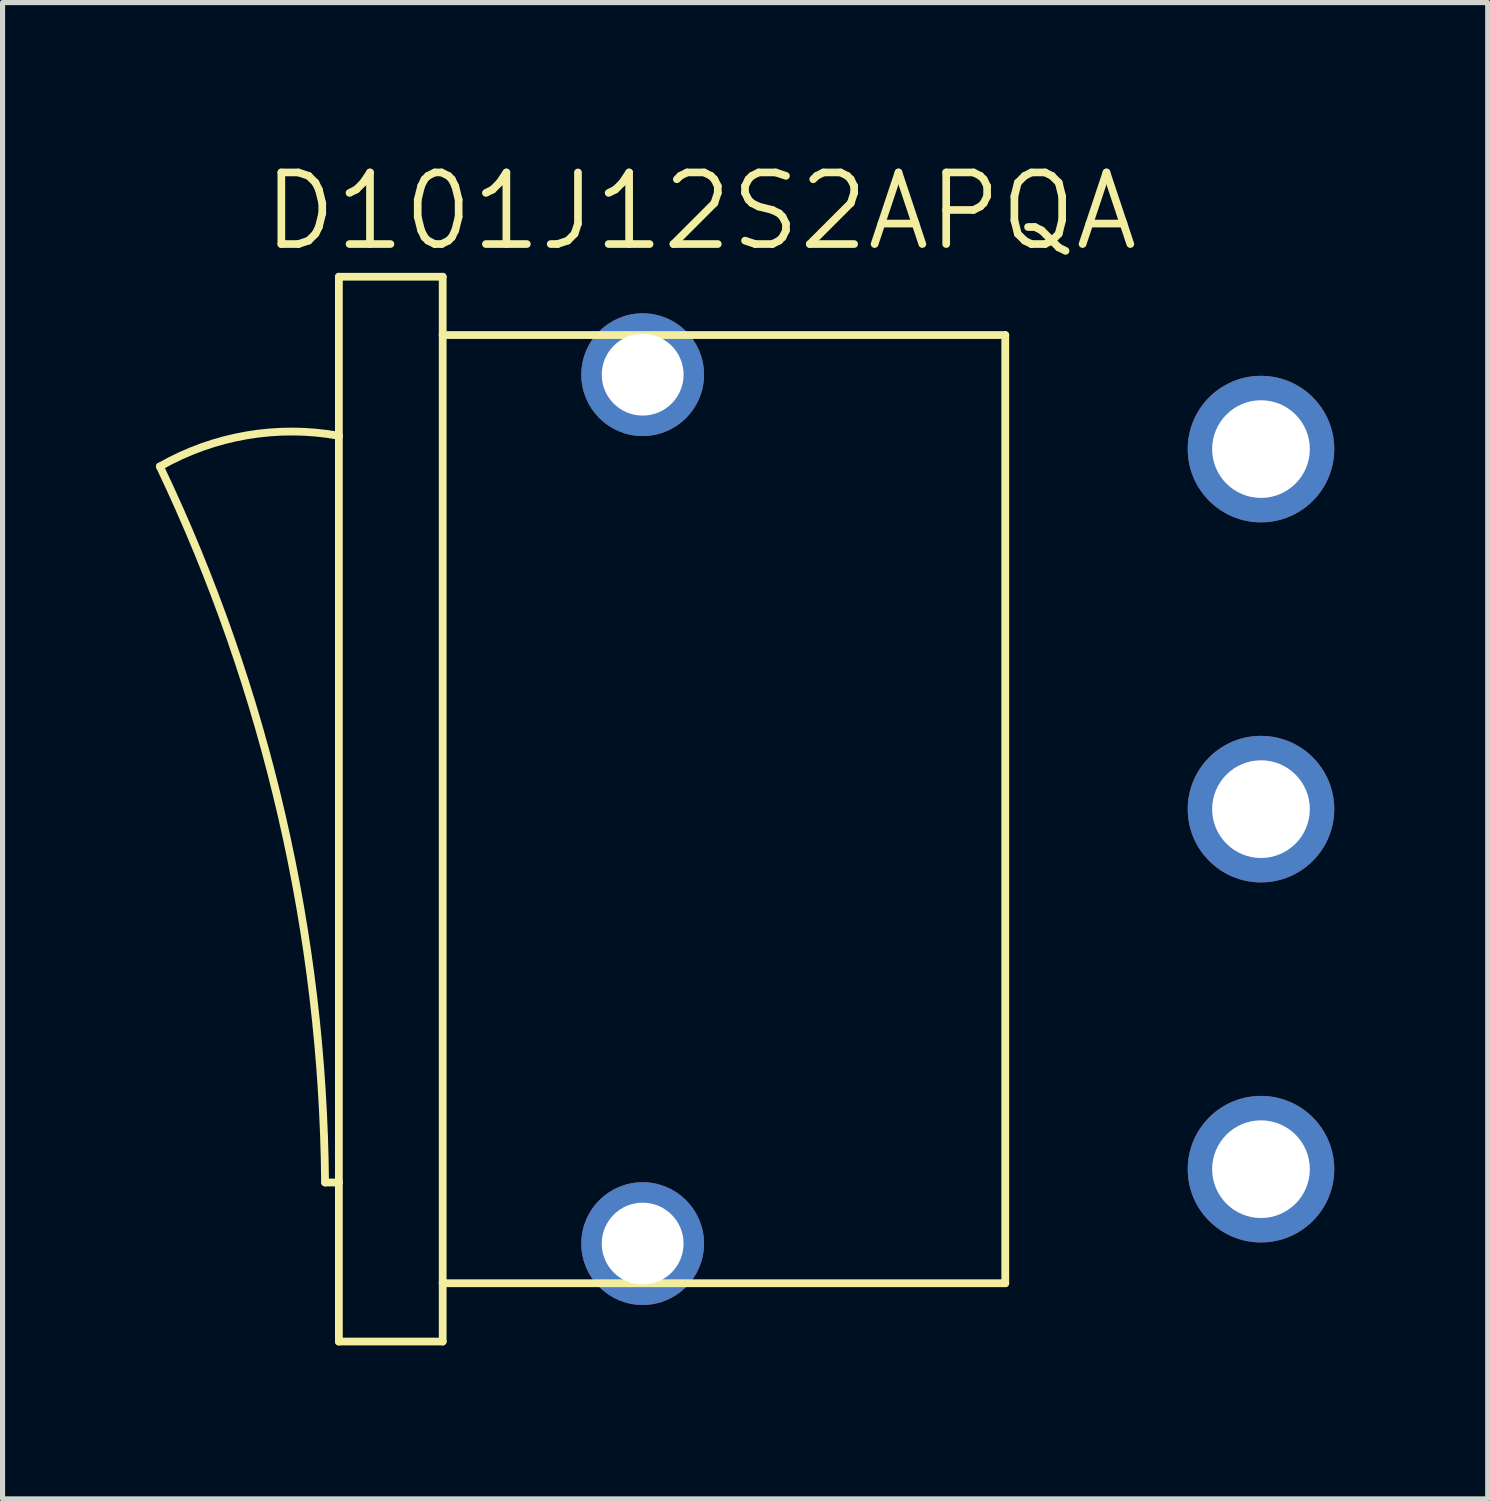
<source format=kicad_pcb>
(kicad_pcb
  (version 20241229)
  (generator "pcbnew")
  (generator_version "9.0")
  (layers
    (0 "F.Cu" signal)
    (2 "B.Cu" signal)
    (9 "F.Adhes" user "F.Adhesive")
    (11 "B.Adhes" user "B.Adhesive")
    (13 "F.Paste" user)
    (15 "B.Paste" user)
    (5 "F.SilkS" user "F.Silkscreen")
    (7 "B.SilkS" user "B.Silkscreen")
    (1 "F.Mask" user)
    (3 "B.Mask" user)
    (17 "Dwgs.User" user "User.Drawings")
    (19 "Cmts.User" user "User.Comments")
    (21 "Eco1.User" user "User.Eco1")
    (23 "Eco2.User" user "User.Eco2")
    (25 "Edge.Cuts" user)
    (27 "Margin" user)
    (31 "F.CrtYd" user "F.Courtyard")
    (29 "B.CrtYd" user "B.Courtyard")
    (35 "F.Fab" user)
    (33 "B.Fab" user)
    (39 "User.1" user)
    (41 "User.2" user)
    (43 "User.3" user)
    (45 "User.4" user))
  (footprint "D101J12S2APQA"
    (layer "F.Cu")
    (at 5.606 12.771)
    (property "Reference" "D101J12S2APQA" (at 5.045 -11.689 0) (layer "F.SilkS") (effects (font (size 1.4 1.4) (thickness 0.15))))
    (attr through_hole)
    (fp_line (start -2.3 7.3) (end -2.03 7.3) (stroke (width 0.152) (type solid)) (layer "F.SilkS"))
    (fp_line (start -2.03 -10.41) (end 0 -10.41) (stroke (width 0.152) (type solid)) (layer "F.SilkS"))
    (fp_line (start -2.03 -7.3) (end -2.03 -10.41) (stroke (width 0.152) (type solid)) (layer "F.SilkS"))
    (fp_line (start -2.03 7.3) (end -2.03 -7.3) (stroke (width 0.152) (type solid)) (layer "F.SilkS"))
    (fp_line (start -2.03 10.41) (end -2.03 7.3) (stroke (width 0.152) (type solid)) (layer "F.SilkS"))
    (fp_line (start 0 -10.41) (end 0 -9.27) (stroke (width 0.152) (type solid)) (layer "F.SilkS"))
    (fp_line (start 0 -9.27) (end 0 9.27) (stroke (width 0.152) (type solid)) (layer "F.SilkS"))
    (fp_line (start 0 -9.27) (end 11 -9.27) (stroke (width 0.152) (type solid)) (layer "F.SilkS"))
    (fp_line (start 0 9.27) (end 0 10.41) (stroke (width 0.152) (type solid)) (layer "F.SilkS"))
    (fp_line (start 0 9.27) (end 11 9.27) (stroke (width 0.152) (type solid)) (layer "F.SilkS"))
    (fp_line (start 0 10.41) (end -2.03 10.41) (stroke (width 0.152) (type solid)) (layer "F.SilkS"))
    (fp_line (start 11 9.27) (end 11 -9.27) (stroke (width 0.152) (type solid)) (layer "F.SilkS"))
    (fp_arc (start -5.53 -6.7) (mid -3.148375 0.123129) (end -2.3 7.3) (stroke (width 0.1524) (type solid)) (layer "F.SilkS"))
    (fp_arc (start -5.53 -6.7) (mid -3.832898 -7.308572) (end -2.03 -7.3) (stroke (width 0.1524) (type solid)) (layer "F.SilkS"))
    (pad "1" thru_hole circle (at 16 0) (size 2.865 2.865) (drill 1.91) (layers "*.Cu" "*.Mask"))
    (pad "1A" thru_hole circle (at 16 -7.04) (size 2.865 2.865) (drill 1.91) (layers "*.Cu" "*.Mask"))
    (pad "1B" thru_hole circle (at 16 7.04) (size 2.865 2.865) (drill 1.91) (layers "*.Cu" "*.Mask"))
    (pad "SH1" thru_hole circle (at 3.91 -8.495) (size 2.4 2.4) (drill 1.6) (layers "*.Cu" "*.Mask"))
    (pad "SH2" thru_hole circle (at 3.91 8.495) (size 2.4 2.4) (drill 1.6) (layers "*.Cu" "*.Mask")))
  (gr_rect
    (start -3 -3)
    (end 26.039 26.257)
    (stroke (width 0.1) (type default))
    (fill no)
    (layer "Edge.Cuts")))
</source>
